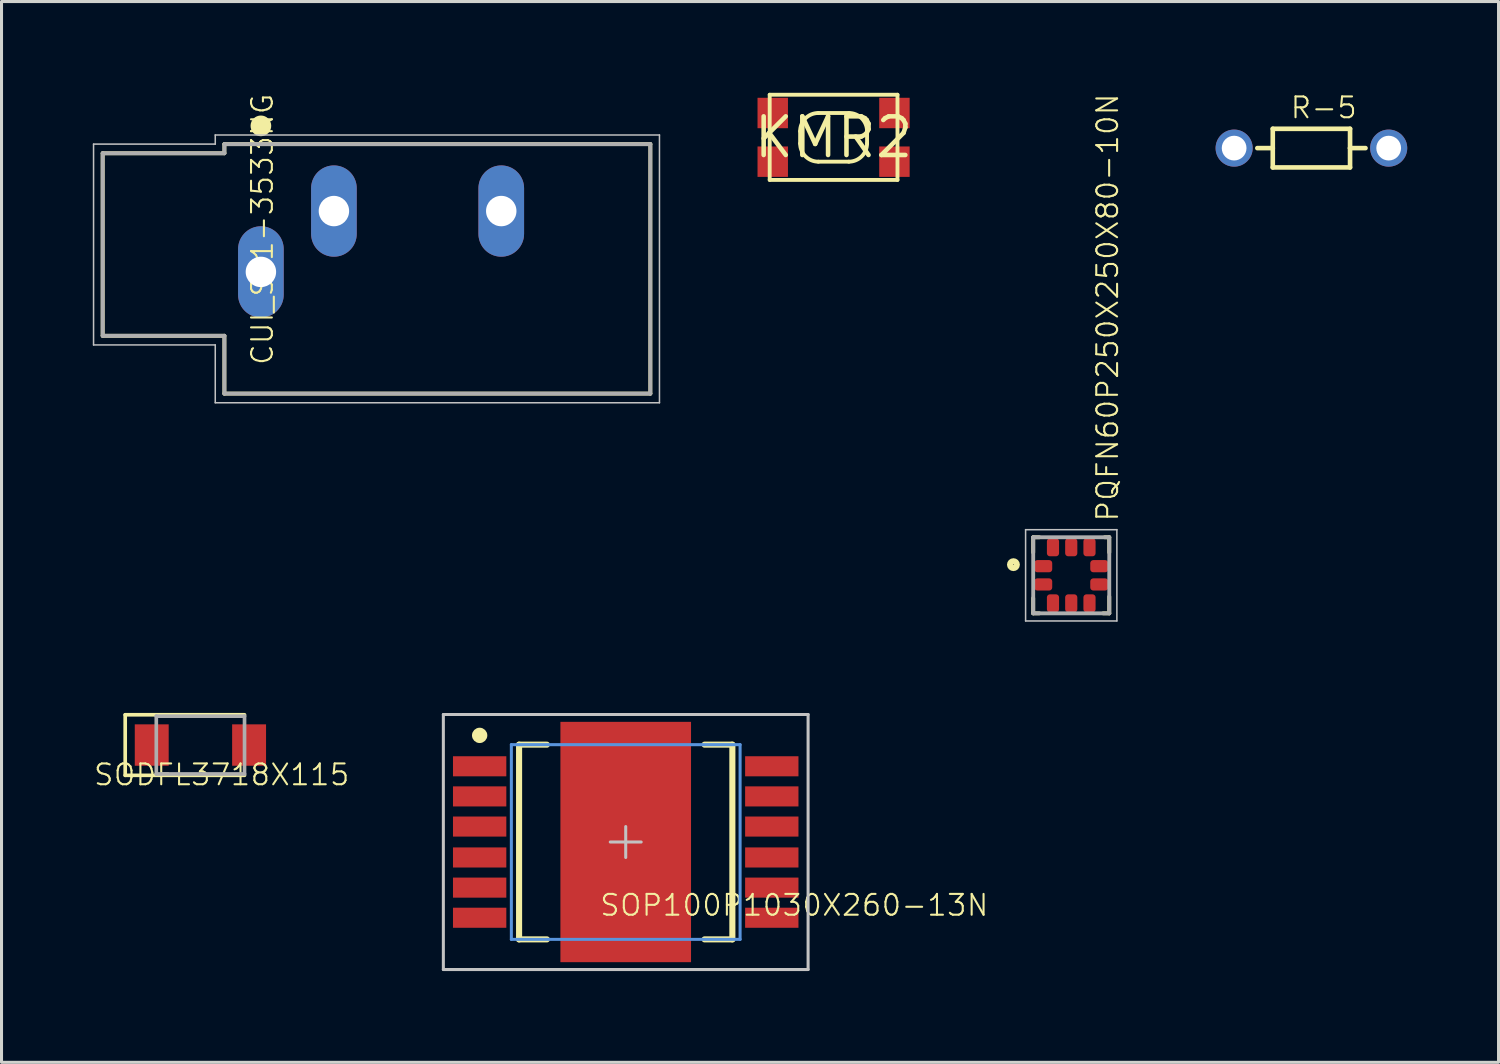
<source format=kicad_pcb>
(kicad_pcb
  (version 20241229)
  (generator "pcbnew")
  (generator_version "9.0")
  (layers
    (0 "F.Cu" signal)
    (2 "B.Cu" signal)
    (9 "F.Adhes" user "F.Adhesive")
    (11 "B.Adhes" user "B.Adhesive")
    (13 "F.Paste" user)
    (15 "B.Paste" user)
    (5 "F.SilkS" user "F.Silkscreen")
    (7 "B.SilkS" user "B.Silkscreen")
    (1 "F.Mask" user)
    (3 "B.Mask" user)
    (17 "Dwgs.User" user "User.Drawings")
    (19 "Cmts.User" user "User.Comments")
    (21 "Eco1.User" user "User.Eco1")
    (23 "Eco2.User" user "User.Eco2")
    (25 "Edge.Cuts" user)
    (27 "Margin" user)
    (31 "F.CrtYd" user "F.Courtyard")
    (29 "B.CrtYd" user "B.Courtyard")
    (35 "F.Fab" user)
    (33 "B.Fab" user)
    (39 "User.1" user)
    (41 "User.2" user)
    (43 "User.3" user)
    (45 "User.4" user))
  (footprint "CUI_SJ1-3533NG"
    (layer "F.Cu")
    (at 5.525 5.887)
    (property "Reference" "CUI_SJ1-3533NG" (at 0.447 3.106 90) (layer "F.SilkS") (effects (font (size 0.684 0.684) (thickness 0.068)) (justify left bottom)))
    (attr through_hole)
    (fp_line (start -5.2 -3.9) (end -1.2 -3.9) (stroke (width 0.127) (type solid)) (layer "F.SilkS"))
    (fp_line (start -5.2 2.1) (end -5.2 -3.9) (stroke (width 0.127) (type solid)) (layer "F.SilkS"))
    (fp_line (start -1.2 -4.2) (end 12.8 -4.2) (stroke (width 0.127) (type solid)) (layer "F.SilkS"))
    (fp_line (start -1.2 -3.9) (end -1.2 -4.2) (stroke (width 0.127) (type solid)) (layer "F.SilkS"))
    (fp_line (start -1.2 2.1) (end -5.2 2.1) (stroke (width 0.127) (type solid)) (layer "F.SilkS"))
    (fp_line (start -1.2 4) (end -1.2 2.1) (stroke (width 0.127) (type solid)) (layer "F.SilkS"))
    (fp_line (start 12.8 -4.2) (end 12.8 4) (stroke (width 0.127) (type solid)) (layer "F.SilkS"))
    (fp_line (start 12.8 4) (end -1.2 4) (stroke (width 0.127) (type solid)) (layer "F.SilkS"))
    (fp_circle (center 0 -4.8) (end 0.17 -4.8) (stroke (width 0.34) (type solid)) (fill no) (layer "F.SilkS"))
    (fp_line (start -5.5 -4.2) (end -1.5 -4.2) (stroke (width 0.05) (type solid)) (layer "Dwgs.User"))
    (fp_line (start -5.5 2.4) (end -5.5 -4.2) (stroke (width 0.05) (type solid)) (layer "Dwgs.User"))
    (fp_line (start -1.5 -4.5) (end 13.1 -4.5) (stroke (width 0.05) (type solid)) (layer "Dwgs.User"))
    (fp_line (start -1.5 -4.2) (end -1.5 -4.5) (stroke (width 0.05) (type solid)) (layer "Dwgs.User"))
    (fp_line (start -1.5 2.4) (end -5.5 2.4) (stroke (width 0.05) (type solid)) (layer "Dwgs.User"))
    (fp_line (start -1.5 4.3) (end -1.5 2.4) (stroke (width 0.05) (type solid)) (layer "Dwgs.User"))
    (fp_line (start 13.1 -4.5) (end 13.1 4.3) (stroke (width 0.05) (type solid)) (layer "Dwgs.User"))
    (fp_line (start 13.1 4.3) (end -1.5 4.3) (stroke (width 0.05) (type solid)) (layer "Dwgs.User"))
    (fp_line (start -0.5 -1) (end 0.5 -1) (stroke (width 0.0001) (type solid)) (layer "Edge.Cuts"))
    (fp_line (start -0.5 1) (end -0.5 -1) (stroke (width 0.0001) (type solid)) (layer "Edge.Cuts"))
    (fp_line (start 0.5 -1) (end 0.5 1) (stroke (width 0.0001) (type solid)) (layer "Edge.Cuts"))
    (fp_line (start 0.5 1) (end -0.5 1) (stroke (width 0.0001) (type solid)) (layer "Edge.Cuts"))
    (fp_line (start 1.9 -3) (end 2.9 -3) (stroke (width 0.0001) (type solid)) (layer "Edge.Cuts"))
    (fp_line (start 1.9 -1) (end 1.9 -3) (stroke (width 0.0001) (type solid)) (layer "Edge.Cuts"))
    (fp_line (start 2.9 -3) (end 2.9 -1) (stroke (width 0.0001) (type solid)) (layer "Edge.Cuts"))
    (fp_line (start 2.9 -1) (end 1.9 -1) (stroke (width 0.0001) (type solid)) (layer "Edge.Cuts"))
    (fp_line (start 7.4 -3) (end 8.4 -3) (stroke (width 0.0001) (type solid)) (layer "Edge.Cuts"))
    (fp_line (start 7.4 -1) (end 7.4 -3) (stroke (width 0.0001) (type solid)) (layer "Edge.Cuts"))
    (fp_line (start 8.4 -3) (end 8.4 -1) (stroke (width 0.0001) (type solid)) (layer "Edge.Cuts"))
    (fp_line (start 8.4 -1) (end 7.4 -1) (stroke (width 0.0001) (type solid)) (layer "Edge.Cuts"))
    (fp_line (start -5.2 -3.9) (end -1.2 -3.9) (stroke (width 0.127) (type solid)) (layer "F.Fab"))
    (fp_line (start -5.2 2.1) (end -5.2 -3.9) (stroke (width 0.127) (type solid)) (layer "F.Fab"))
    (fp_line (start -1.2 -4.2) (end 12.8 -4.2) (stroke (width 0.127) (type solid)) (layer "F.Fab"))
    (fp_line (start -1.2 -3.9) (end -1.2 -4.2) (stroke (width 0.127) (type solid)) (layer "F.Fab"))
    (fp_line (start -1.2 2.1) (end -5.2 2.1) (stroke (width 0.127) (type solid)) (layer "F.Fab"))
    (fp_line (start -1.2 4) (end -1.2 2.1) (stroke (width 0.127) (type solid)) (layer "F.Fab"))
    (fp_line (start 12.8 -4.2) (end 12.8 4) (stroke (width 0.127) (type solid)) (layer "F.Fab"))
    (fp_line (start 12.8 4) (end -1.2 4) (stroke (width 0.127) (type solid)) (layer "F.Fab"))
    (pad "1" thru_hole oval (at 0 0 90) (size 3 1.5) (drill 1) (layers "*.Cu" "*.Mask"))
    (pad "2" thru_hole oval (at 2.4 -2 90) (size 3 1.5) (drill 1) (layers "*.Cu" "*.Mask"))
    (pad "3" thru_hole oval (at 7.9 -2 90) (size 3 1.5) (drill 1) (layers "*.Cu" "*.Mask")))
  (footprint "PQFN60P250X250X80-10N"
    (layer "F.Cu")
    (at 32.159 15.859)
    (property "Reference" "PQFN60P250X250X80-10N" (at 1.594 -1.72 90) (layer "F.SilkS") (effects (font (size 0.684 0.684) (thickness 0.068)) (justify left bottom)))
    (attr through_hole)
    (fp_line (start -1.25 -1.25) (end -1.25 -0.75) (stroke (width 0.127) (type solid)) (layer "F.SilkS"))
    (fp_line (start -1.25 0.75) (end -1.25 1.25) (stroke (width 0.127) (type solid)) (layer "F.SilkS"))
    (fp_line (start -1.25 1.25) (end -1.05 1.25) (stroke (width 0.127) (type solid)) (layer "F.SilkS"))
    (fp_line (start -1.05 -1.25) (end -1.25 -1.25) (stroke (width 0.127) (type solid)) (layer "F.SilkS"))
    (fp_line (start 1.1 -1.25) (end 1.25 -1.25) (stroke (width 0.127) (type solid)) (layer "F.SilkS"))
    (fp_line (start 1.25 -1.25) (end 1.25 -0.75) (stroke (width 0.127) (type solid)) (layer "F.SilkS"))
    (fp_line (start 1.25 0.7) (end 1.25 1.25) (stroke (width 0.127) (type solid)) (layer "F.SilkS"))
    (fp_line (start 1.25 1.25) (end 1.05 1.25) (stroke (width 0.127) (type solid)) (layer "F.SilkS"))
    (fp_circle (center -1.9 -0.35) (end -1.788 -0.35) (stroke (width 0.2) (type solid)) (fill no) (layer "F.SilkS"))
    (fp_line (start -1.5 -1.5) (end 1.5 -1.5) (stroke (width 0.05) (type solid)) (layer "Dwgs.User"))
    (fp_line (start -1.5 1.5) (end -1.5 -1.5) (stroke (width 0.05) (type solid)) (layer "Dwgs.User"))
    (fp_line (start 1.5 -1.5) (end 1.5 1.5) (stroke (width 0.05) (type solid)) (layer "Dwgs.User"))
    (fp_line (start 1.5 1.5) (end -1.5 1.5) (stroke (width 0.05) (type solid)) (layer "Dwgs.User"))
    (fp_line (start -1.25 -1.25) (end -1.25 1.25) (stroke (width 0.127) (type solid)) (layer "F.Fab"))
    (fp_line (start -1.25 1.25) (end 1.25 1.25) (stroke (width 0.127) (type solid)) (layer "F.Fab"))
    (fp_line (start 1.25 -1.25) (end -1.25 -1.25) (stroke (width 0.127) (type solid)) (layer "F.Fab"))
    (fp_line (start 1.25 1.25) (end 1.25 -1.25) (stroke (width 0.127) (type solid)) (layer "F.Fab"))
    (pad "1" smd roundrect (at -0.92 -0.3) (size 0.59 0.4) (layers "F.Cu" "F.Mask" "F.Paste") (roundrect_rratio 0.25))
    (pad "2" smd roundrect (at -0.92 0.3) (size 0.59 0.4) (layers "F.Cu" "F.Mask" "F.Paste") (roundrect_rratio 0.25))
    (pad "3" smd roundrect (at -0.6 0.92 90) (size 0.59 0.4) (layers "F.Cu" "F.Mask" "F.Paste") (roundrect_rratio 0.25))
    (pad "4" smd roundrect (at 0 0.92 90) (size 0.59 0.4) (layers "F.Cu" "F.Mask" "F.Paste") (roundrect_rratio 0.25))
    (pad "5" smd roundrect (at 0.6 0.92 90) (size 0.59 0.4) (layers "F.Cu" "F.Mask" "F.Paste") (roundrect_rratio 0.25))
    (pad "6" smd roundrect (at 0.92 0.3 180) (size 0.59 0.4) (layers "F.Cu" "F.Mask" "F.Paste") (roundrect_rratio 0.25))
    (pad "7" smd roundrect (at 0.92 -0.3 180) (size 0.59 0.4) (layers "F.Cu" "F.Mask" "F.Paste") (roundrect_rratio 0.25))
    (pad "8" smd roundrect (at 0.6 -0.92 270) (size 0.59 0.4) (layers "F.Cu" "F.Mask" "F.Paste") (roundrect_rratio 0.25))
    (pad "9" smd roundrect (at 0 -0.92 270) (size 0.59 0.4) (layers "F.Cu" "F.Mask" "F.Paste") (roundrect_rratio 0.25))
    (pad "10" smd roundrect (at -0.6 -0.92 270) (size 0.59 0.4) (layers "F.Cu" "F.Mask" "F.Paste") (roundrect_rratio 0.25)))
  (footprint "R-5"
    (layer "F.Cu")
    (at 40.053 1.818)
    (property "Reference" "R-5" (at -0.73 -0.928 0) (layer "F.SilkS") (effects (font (size 0.684 0.684) (thickness 0.068)) (justify left bottom)))
    (attr through_hole)
    (fp_line (start -1.778 0) (end -1.27 0) (stroke (width 0.152) (type solid)) (layer "F.SilkS"))
    (fp_line (start -1.27 -0.635) (end -1.27 0) (stroke (width 0.152) (type solid)) (layer "F.SilkS"))
    (fp_line (start -1.27 -0.635) (end 1.27 -0.635) (stroke (width 0.152) (type solid)) (layer "F.SilkS"))
    (fp_line (start -1.27 0) (end -1.27 0.635) (stroke (width 0.152) (type solid)) (layer "F.SilkS"))
    (fp_line (start 1.27 -0.635) (end 1.27 0) (stroke (width 0.152) (type solid)) (layer "F.SilkS"))
    (fp_line (start 1.27 0) (end 1.27 0.635) (stroke (width 0.152) (type solid)) (layer "F.SilkS"))
    (fp_line (start 1.27 0) (end 1.778 0) (stroke (width 0.152) (type solid)) (layer "F.SilkS"))
    (fp_line (start 1.27 0.635) (end -1.27 0.635) (stroke (width 0.152) (type solid)) (layer "F.SilkS"))
    (pad "1" thru_hole circle (at -2.54 0) (size 1.219 1.219) (drill 0.813) (layers "*.Cu" "*.Mask"))
    (pad "2" thru_hole circle (at 2.54 0) (size 1.219 1.219) (drill 0.813) (layers "*.Cu" "*.Mask")))
  (footprint "KMR2"
    (layer "F.Cu")
    (at 24.348 1.464)
    (property "Reference" "KMR2" (at 0 0 0) (layer "F.SilkS") (effects (font (size 1.27 1.27) (thickness 0.15))))
    (attr through_hole)
    (fp_line (start -2.1 -1.4) (end 2.1 -1.4) (stroke (width 0.127) (type solid)) (layer "F.SilkS"))
    (fp_line (start -2.1 1.4) (end -2.1 -1.4) (stroke (width 0.127) (type solid)) (layer "F.SilkS"))
    (fp_line (start -1.1 0.2) (end -1.1 -0.2) (stroke (width 0.127) (type solid)) (layer "F.SilkS"))
    (fp_line (start -0.5 -0.8) (end 0.5 -0.8) (stroke (width 0.127) (type solid)) (layer "F.SilkS"))
    (fp_line (start 0.5 0.8) (end -0.5 0.8) (stroke (width 0.127) (type solid)) (layer "F.SilkS"))
    (fp_line (start 1.1 -0.2) (end 1.1 0.2) (stroke (width 0.127) (type solid)) (layer "F.SilkS"))
    (fp_line (start 2.1 -1.4) (end 2.1 1.4) (stroke (width 0.127) (type solid)) (layer "F.SilkS"))
    (fp_line (start 2.1 1.4) (end -2.1 1.4) (stroke (width 0.127) (type solid)) (layer "F.SilkS"))
    (fp_arc (start -1.1 -0.2) (mid -0.924263 -0.624264) (end -0.499998 -0.8) (stroke (width 0.127) (type solid)) (layer "F.SilkS"))
    (fp_arc (start -0.5 0.8) (mid -0.924264 0.624263) (end -1.1 0.199998) (stroke (width 0.127) (type solid)) (layer "F.SilkS"))
    (fp_arc (start 0.5 -0.8) (mid 0.924264 -0.624263) (end 1.1 -0.199998) (stroke (width 0.127) (type solid)) (layer "F.SilkS"))
    (fp_arc (start 1.1 0.2) (mid 0.924263 0.624264) (end 0.499998 0.8) (stroke (width 0.127) (type solid)) (layer "F.SilkS"))
    (pad "1" smd rect (at 2 -0.8) (size 1 1) (layers "F.Cu" "F.Mask" "F.Paste"))
    (pad "2" smd rect (at 2 0.8) (size 1 1) (layers "F.Cu" "F.Mask" "F.Paste"))
    (pad "3" smd rect (at -2 -0.8) (size 1 1) (layers "F.Cu" "F.Mask" "F.Paste"))
    (pad "4" smd rect (at -2 0.8) (size 1 1) (layers "F.Cu" "F.Mask" "F.Paste")))
  (footprint "SOP100P1030X260-13N"
    (layer "F.Cu")
    (at 17.516 24.625)
    (property "Reference" "SOP100P1030X260-13N" (at -0.889 2.477 0) (layer "F.SilkS") (effects (font (size 0.684 0.684) (thickness 0.068)) (justify left bottom)))
    (attr through_hole)
    (fp_line (start -3.505 -3.2) (end -2.591 -3.2) (stroke (width 0.2) (type solid)) (layer "F.SilkS"))
    (fp_line (start -3.505 3.2) (end -3.505 -3.2) (stroke (width 0.2) (type solid)) (layer "F.SilkS"))
    (fp_line (start -3.505 3.2) (end -2.591 3.2) (stroke (width 0.2) (type solid)) (layer "F.SilkS"))
    (fp_line (start 2.591 -3.2) (end 3.505 -3.2) (stroke (width 0.2) (type solid)) (layer "F.SilkS"))
    (fp_line (start 2.591 3.2) (end 3.505 3.2) (stroke (width 0.2) (type solid)) (layer "F.SilkS"))
    (fp_line (start 3.505 3.2) (end 3.505 -3.2) (stroke (width 0.2) (type solid)) (layer "F.SilkS"))
    (fp_circle (center -4.801 -3.505) (end -4.674 -3.505) (stroke (width 0.25) (type solid)) (fill no) (layer "F.SilkS"))
    (fp_poly (pts (xy -2 -0.2) (xy -0.2 -0.2) (xy -0.2 -1.8) (xy -2 -1.8)) (stroke (width 0) (type solid)) (fill yes) (layer "F.Paste"))
    (fp_poly (pts (xy -2 1.8) (xy -0.2 1.8) (xy -0.2 0.2) (xy -2 0.2)) (stroke (width 0) (type solid)) (fill yes) (layer "F.Paste"))
    (fp_poly (pts (xy -0.9 -2.1) (xy 0.9 -2.1) (xy 0.9 -3.9) (xy -0.9 -3.9)) (stroke (width 0) (type solid)) (fill yes) (layer "F.Paste"))
    (fp_poly (pts (xy -0.9 3.9) (xy 0.9 3.9) (xy 0.9 2.1) (xy -0.9 2.1)) (stroke (width 0) (type solid)) (fill yes) (layer "F.Paste"))
    (fp_poly (pts (xy 0.2 -0.2) (xy 2 -0.2) (xy 2 -1.8) (xy 0.2 -1.8)) (stroke (width 0) (type solid)) (fill yes) (layer "F.Paste"))
    (fp_poly (pts (xy 0.2 1.8) (xy 2 1.8) (xy 2 0.2) (xy 0.2 0.2)) (stroke (width 0) (type solid)) (fill yes) (layer "F.Paste"))
    (fp_line (start -5.994 -4.191) (end 5.994 -4.191) (stroke (width 0.1) (type solid)) (layer "Dwgs.User"))
    (fp_line (start -5.994 4.191) (end -5.994 -4.191) (stroke (width 0.1) (type solid)) (layer "Dwgs.User"))
    (fp_line (start -5.994 4.191) (end 5.994 4.191) (stroke (width 0.1) (type solid)) (layer "Dwgs.User"))
    (fp_line (start -0.508 0) (end 0.508 0) (stroke (width 0.1) (type solid)) (layer "Dwgs.User"))
    (fp_line (start 0 0.508) (end 0 -0.508) (stroke (width 0.1) (type solid)) (layer "Dwgs.User"))
    (fp_line (start 5.994 4.191) (end 5.994 -4.191) (stroke (width 0.1) (type solid)) (layer "Dwgs.User"))
    (fp_line (start -3.759 -3.2) (end 3.759 -3.2) (stroke (width 0.1) (type solid)) (layer "Cmts.User"))
    (fp_line (start -3.759 3.2) (end -3.759 -3.2) (stroke (width 0.1) (type solid)) (layer "Cmts.User"))
    (fp_line (start -3.759 3.2) (end 3.759 3.2) (stroke (width 0.1) (type solid)) (layer "Cmts.User"))
    (fp_line (start 3.759 3.2) (end 3.759 -3.2) (stroke (width 0.1) (type solid)) (layer "Cmts.User"))
    (pad "1" smd rect (at -4.801 -2.489) (size 1.753 0.66) (layers "F.Cu" "F.Mask" "F.Paste"))
    (pad "2" smd rect (at -4.801 -1.499) (size 1.753 0.66) (layers "F.Cu" "F.Mask" "F.Paste"))
    (pad "3" smd rect (at -4.801 -0.508) (size 1.753 0.66) (layers "F.Cu" "F.Mask" "F.Paste"))
    (pad "4" smd rect (at -4.801 0.508) (size 1.753 0.66) (layers "F.Cu" "F.Mask" "F.Paste"))
    (pad "5" smd rect (at -4.801 1.499) (size 1.753 0.66) (layers "F.Cu" "F.Mask" "F.Paste"))
    (pad "6" smd rect (at -4.801 2.489) (size 1.753 0.66) (layers "F.Cu" "F.Mask" "F.Paste"))
    (pad "7" smd rect (at 4.801 2.489) (size 1.753 0.66) (layers "F.Cu" "F.Mask" "F.Paste"))
    (pad "8" smd rect (at 4.801 1.499) (size 1.753 0.66) (layers "F.Cu" "F.Mask" "F.Paste"))
    (pad "9" smd rect (at 4.801 0.508) (size 1.753 0.66) (layers "F.Cu" "F.Mask" "F.Paste"))
    (pad "10" smd rect (at 4.801 -0.508) (size 1.753 0.66) (layers "F.Cu" "F.Mask" "F.Paste"))
    (pad "11" smd rect (at 4.801 -1.499) (size 1.753 0.66) (layers "F.Cu" "F.Mask" "F.Paste"))
    (pad "12" smd rect (at 4.801 -2.489) (size 1.753 0.66) (layers "F.Cu" "F.Mask" "F.Paste"))
    (pad "13" smd rect (at 0 0 90) (size 7.899 4.293) (layers "F.Cu" "F.Mask" "F.Paste")))
  (footprint "SODFL3718X115"
    (layer "F.Cu")
    (at 3.537 21.438)
    (property "Reference" "SODFL3718X115" (at 0.699 1.376 0) (layer "F.SilkS") (effects (font (size 0.684 0.684) (thickness 0.068)) (justify bottom)))
    (attr through_hole)
    (fp_line (start -2.472 -0.995) (end -2.472 0.995) (stroke (width 0.12) (type solid)) (layer "F.SilkS"))
    (fp_line (start -2.472 0.995) (end 1.45 0.995) (stroke (width 0.12) (type solid)) (layer "F.SilkS"))
    (fp_line (start 1.45 -0.995) (end -2.472 -0.995) (stroke (width 0.12) (type solid)) (layer "F.SilkS"))
    (fp_line (start -1.45 -0.95) (end 1.45 -0.95) (stroke (width 0.12) (type solid)) (layer "F.Fab"))
    (fp_line (start -1.45 0.95) (end -1.45 -0.95) (stroke (width 0.12) (type solid)) (layer "F.Fab"))
    (fp_line (start 1.45 -0.95) (end 1.45 0.95) (stroke (width 0.12) (type solid)) (layer "F.Fab"))
    (fp_line (start 1.45 0.95) (end -1.45 0.95) (stroke (width 0.12) (type solid)) (layer "F.Fab"))
    (pad "1" smd rect (at -1.6 0) (size 1.115 1.361) (layers "F.Cu" "F.Mask" "F.Paste"))
    (pad "2" smd rect (at 1.6 0) (size 1.115 1.361) (layers "F.Cu" "F.Mask" "F.Paste")))
  (gr_rect
    (start -3 -3)
    (end 46.203 31.866)
    (stroke (width 0.1) (type default))
    (fill no)
    (layer "Edge.Cuts")))
</source>
